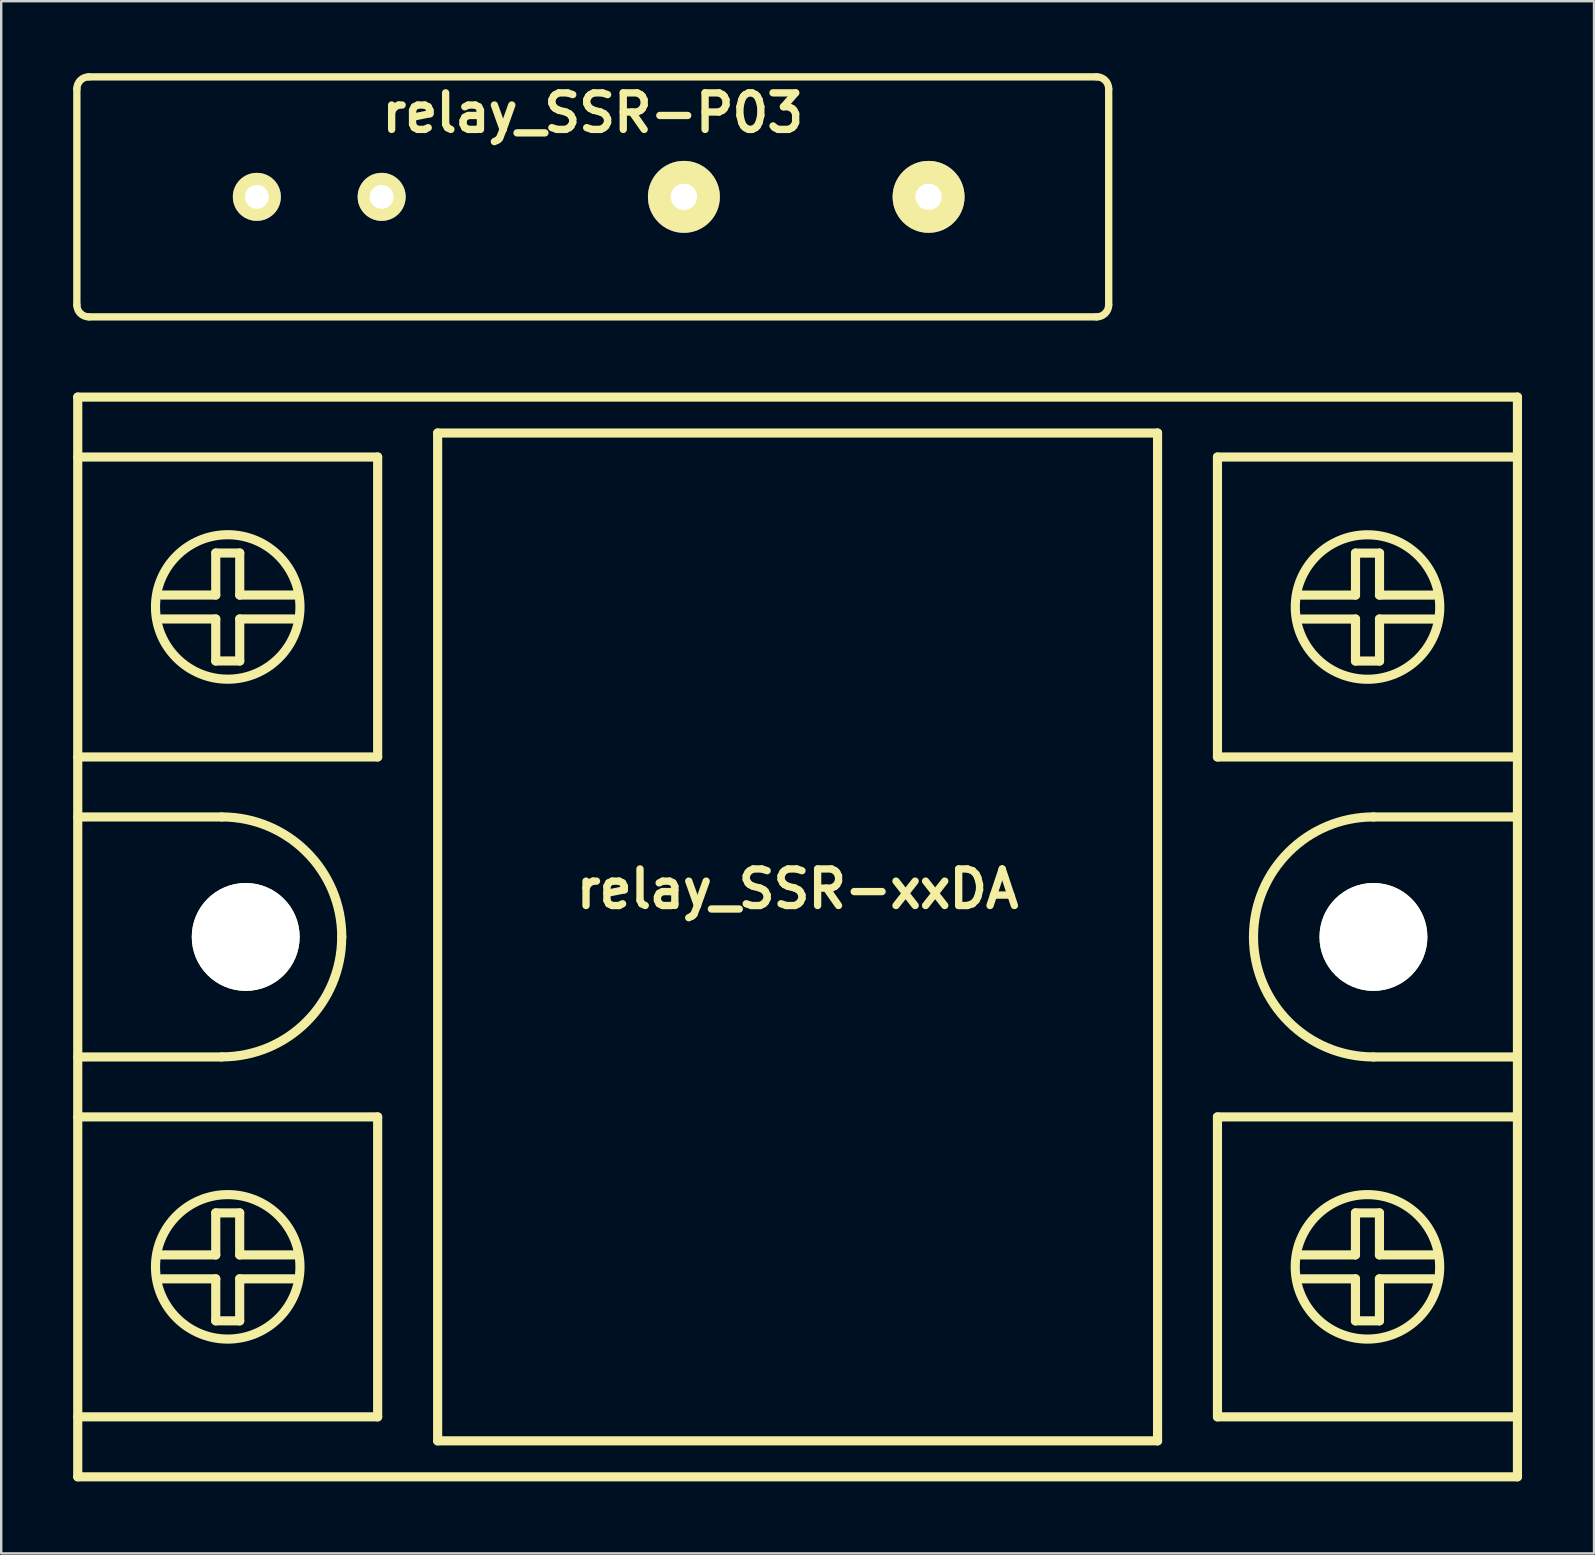
<source format=kicad_pcb>
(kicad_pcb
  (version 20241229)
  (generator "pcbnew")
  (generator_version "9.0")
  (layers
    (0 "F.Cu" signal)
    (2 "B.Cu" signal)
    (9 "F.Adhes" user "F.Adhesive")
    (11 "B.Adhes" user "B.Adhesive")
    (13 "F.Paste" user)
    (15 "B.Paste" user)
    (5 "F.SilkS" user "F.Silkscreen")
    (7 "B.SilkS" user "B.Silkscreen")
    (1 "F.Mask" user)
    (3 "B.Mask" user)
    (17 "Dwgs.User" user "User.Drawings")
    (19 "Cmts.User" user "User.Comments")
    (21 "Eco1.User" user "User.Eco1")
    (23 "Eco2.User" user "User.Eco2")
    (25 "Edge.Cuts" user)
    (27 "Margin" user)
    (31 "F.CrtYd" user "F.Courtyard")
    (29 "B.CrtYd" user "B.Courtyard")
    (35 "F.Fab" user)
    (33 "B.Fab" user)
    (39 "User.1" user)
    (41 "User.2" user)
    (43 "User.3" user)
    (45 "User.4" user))
  (footprint "relay_SSR-P03"
    (layer "F.Cu")
    (at 21.654 5.154)
    (property "Reference" "relay_SSR-P03" (at 0 -3.5 0) (layer "F.SilkS") (effects (font (size 1.524 1.524) (thickness 0.305))))
    (attr through_hole)
    (fp_line (start -21.501 -4.501) (end -21.501 4.501) (stroke (width 0.305) (type solid)) (layer "F.SilkS"))
    (fp_line (start -21.001 5.001) (end 21.001 5.001) (stroke (width 0.305) (type solid)) (layer "F.SilkS"))
    (fp_line (start 21.001 -5.001) (end -21.001 -5.001) (stroke (width 0.305) (type solid)) (layer "F.SilkS"))
    (fp_line (start 21.501 -4.501) (end 21.501 4.501) (stroke (width 0.305) (type solid)) (layer "F.SilkS"))
    (fp_arc (start -21.5011 -4.50088) (mid -21.354542 -4.854702) (end -21.00072 -5.00126) (stroke (width 0.3048) (type solid)) (layer "F.SilkS"))
    (fp_arc (start -21.00072 5.00126) (mid -21.354542 4.854702) (end -21.5011 4.50088) (stroke (width 0.3048) (type solid)) (layer "F.SilkS"))
    (fp_arc (start 21.00072 -5.00126) (mid 21.354542 -4.854702) (end 21.5011 -4.50088) (stroke (width 0.3048) (type solid)) (layer "F.SilkS"))
    (fp_arc (start 21.5011 4.50088) (mid 21.354542 4.854702) (end 21.00072 5.00126) (stroke (width 0.3048) (type solid)) (layer "F.SilkS"))
    (pad "1" thru_hole circle (at 13.995 0) (size 2.997 2.997) (drill 1.1) (layers "*.Cu" "*.Mask" "F.SilkS"))
    (pad "2" thru_hole circle (at 3.797 0) (size 2.997 2.997) (drill 1.1) (layers "*.Cu" "*.Mask" "F.SilkS"))
    (pad "3" thru_hole circle (at -8.799 0) (size 1.999 1.999) (drill 0.996) (layers "*.Cu" "*.Mask" "F.SilkS"))
    (pad "4" thru_hole circle (at -14 0) (size 1.999 1.999) (drill 0.996) (layers "*.Cu" "*.Mask" "F.SilkS")))
  (footprint "relay_SSR-xxDA"
    (layer "F.Cu")
    (at 30.19 35.997)
    (property "Reference" "relay_SSR-xxDA" (at 0 -1.999 0) (layer "F.SilkS") (effects (font (size 1.524 1.524) (thickness 0.305))))
    (attr through_hole)
    (fp_line (start -30 -22.499) (end 30 -22.499) (stroke (width 0.381) (type solid)) (layer "F.SilkS"))
    (fp_line (start -30 -7.501) (end -17.501 -7.501) (stroke (width 0.381) (type solid)) (layer "F.SilkS"))
    (fp_line (start -30 20) (end -17.501 20) (stroke (width 0.381) (type solid)) (layer "F.SilkS"))
    (fp_line (start -30 22.499) (end -30 -22.499) (stroke (width 0.381) (type solid)) (layer "F.SilkS"))
    (fp_line (start -26.5 -14.249) (end -24.249 -14.249) (stroke (width 0.381) (type solid)) (layer "F.SilkS"))
    (fp_line (start -26.5 13.251) (end -24.249 13.251) (stroke (width 0.381) (type solid)) (layer "F.SilkS"))
    (fp_line (start -24.249 -15.999) (end -24.249 -14.249) (stroke (width 0.381) (type solid)) (layer "F.SilkS"))
    (fp_line (start -24.249 -15.999) (end -23.249 -15.999) (stroke (width 0.381) (type solid)) (layer "F.SilkS"))
    (fp_line (start -24.249 -13.251) (end -26.5 -13.251) (stroke (width 0.381) (type solid)) (layer "F.SilkS"))
    (fp_line (start -24.249 -11.501) (end -24.249 -13.251) (stroke (width 0.381) (type solid)) (layer "F.SilkS"))
    (fp_line (start -24.249 -11.501) (end -23.249 -11.501) (stroke (width 0.381) (type solid)) (layer "F.SilkS"))
    (fp_line (start -24.249 11.501) (end -23.251 11.501) (stroke (width 0.381) (type solid)) (layer "F.SilkS"))
    (fp_line (start -24.249 13.251) (end -24.249 11.501) (stroke (width 0.381) (type solid)) (layer "F.SilkS"))
    (fp_line (start -24.249 14.249) (end -26.5 14.249) (stroke (width 0.381) (type solid)) (layer "F.SilkS"))
    (fp_line (start -24.249 15.999) (end -24.249 14.249) (stroke (width 0.381) (type solid)) (layer "F.SilkS"))
    (fp_line (start -24 -5.001) (end -30 -5.001) (stroke (width 0.381) (type solid)) (layer "F.SilkS"))
    (fp_line (start -24 5.001) (end -30 5.001) (stroke (width 0.381) (type solid)) (layer "F.SilkS"))
    (fp_line (start -23.251 -14.249) (end -21.001 -14.249) (stroke (width 0.381) (type solid)) (layer "F.SilkS"))
    (fp_line (start -23.251 13.251) (end -23.251 11.501) (stroke (width 0.381) (type solid)) (layer "F.SilkS"))
    (fp_line (start -23.251 13.251) (end -21.001 13.251) (stroke (width 0.381) (type solid)) (layer "F.SilkS"))
    (fp_line (start -23.251 15.999) (end -24.249 15.999) (stroke (width 0.381) (type solid)) (layer "F.SilkS"))
    (fp_line (start -23.251 15.999) (end -23.251 14.249) (stroke (width 0.381) (type solid)) (layer "F.SilkS"))
    (fp_line (start -23.249 -15.999) (end -23.249 -14.249) (stroke (width 0.381) (type solid)) (layer "F.SilkS"))
    (fp_line (start -23.249 -11.501) (end -23.249 -13.251) (stroke (width 0.381) (type solid)) (layer "F.SilkS"))
    (fp_line (start -21.001 -13.251) (end -23.251 -13.251) (stroke (width 0.381) (type solid)) (layer "F.SilkS"))
    (fp_line (start -21.001 14.249) (end -23.251 14.249) (stroke (width 0.381) (type solid)) (layer "F.SilkS"))
    (fp_line (start -17.501 -20) (end -30 -20) (stroke (width 0.381) (type solid)) (layer "F.SilkS"))
    (fp_line (start -17.501 -7.501) (end -17.501 -20) (stroke (width 0.381) (type solid)) (layer "F.SilkS"))
    (fp_line (start -17.501 7.501) (end -30 7.501) (stroke (width 0.381) (type solid)) (layer "F.SilkS"))
    (fp_line (start -17.501 20) (end -17.501 7.501) (stroke (width 0.381) (type solid)) (layer "F.SilkS"))
    (fp_line (start -15.001 -21.001) (end 15.001 -21.001) (stroke (width 0.381) (type solid)) (layer "F.SilkS"))
    (fp_line (start -15.001 21.001) (end -15.001 -21.001) (stroke (width 0.381) (type solid)) (layer "F.SilkS"))
    (fp_line (start 15.001 -21.001) (end 15.001 21.001) (stroke (width 0.381) (type solid)) (layer "F.SilkS"))
    (fp_line (start 15.001 21.001) (end -15.001 21.001) (stroke (width 0.381) (type solid)) (layer "F.SilkS"))
    (fp_line (start 17.498 -7.501) (end 17.498 -20) (stroke (width 0.381) (type solid)) (layer "F.SilkS"))
    (fp_line (start 17.498 -7.501) (end 29.997 -7.501) (stroke (width 0.381) (type solid)) (layer "F.SilkS"))
    (fp_line (start 17.498 20) (end 17.498 7.501) (stroke (width 0.381) (type solid)) (layer "F.SilkS"))
    (fp_line (start 17.498 20) (end 29.997 20) (stroke (width 0.381) (type solid)) (layer "F.SilkS"))
    (fp_line (start 20.998 13.251) (end 23.249 13.251) (stroke (width 0.381) (type solid)) (layer "F.SilkS"))
    (fp_line (start 21.001 -14.247) (end 23.251 -14.247) (stroke (width 0.381) (type solid)) (layer "F.SilkS"))
    (fp_line (start 23.249 11.501) (end 23.249 13.251) (stroke (width 0.381) (type solid)) (layer "F.SilkS"))
    (fp_line (start 23.249 11.501) (end 24.249 11.501) (stroke (width 0.381) (type solid)) (layer "F.SilkS"))
    (fp_line (start 23.249 14.249) (end 20.998 14.249) (stroke (width 0.381) (type solid)) (layer "F.SilkS"))
    (fp_line (start 23.249 15.999) (end 23.249 14.249) (stroke (width 0.381) (type solid)) (layer "F.SilkS"))
    (fp_line (start 23.249 15.999) (end 24.249 15.999) (stroke (width 0.381) (type solid)) (layer "F.SilkS"))
    (fp_line (start 23.251 -15.997) (end 23.251 -14.247) (stroke (width 0.381) (type solid)) (layer "F.SilkS"))
    (fp_line (start 23.251 -15.997) (end 24.252 -15.997) (stroke (width 0.381) (type solid)) (layer "F.SilkS"))
    (fp_line (start 23.251 -13.249) (end 21.001 -13.249) (stroke (width 0.381) (type solid)) (layer "F.SilkS"))
    (fp_line (start 23.251 -11.499) (end 23.251 -13.249) (stroke (width 0.381) (type solid)) (layer "F.SilkS"))
    (fp_line (start 23.251 -11.499) (end 24.252 -11.499) (stroke (width 0.381) (type solid)) (layer "F.SilkS"))
    (fp_line (start 24 -5.001) (end 30 -5.001) (stroke (width 0.381) (type solid)) (layer "F.SilkS"))
    (fp_line (start 24 5.001) (end 30 5.001) (stroke (width 0.381) (type solid)) (layer "F.SilkS"))
    (fp_line (start 24.247 13.251) (end 26.497 13.251) (stroke (width 0.381) (type solid)) (layer "F.SilkS"))
    (fp_line (start 24.249 -14.247) (end 26.5 -14.247) (stroke (width 0.381) (type solid)) (layer "F.SilkS"))
    (fp_line (start 24.249 11.501) (end 24.249 13.251) (stroke (width 0.381) (type solid)) (layer "F.SilkS"))
    (fp_line (start 24.249 15.999) (end 24.249 14.249) (stroke (width 0.381) (type solid)) (layer "F.SilkS"))
    (fp_line (start 24.252 -15.997) (end 24.252 -14.247) (stroke (width 0.381) (type solid)) (layer "F.SilkS"))
    (fp_line (start 24.252 -11.499) (end 24.252 -13.249) (stroke (width 0.381) (type solid)) (layer "F.SilkS"))
    (fp_line (start 26.497 14.249) (end 24.247 14.249) (stroke (width 0.381) (type solid)) (layer "F.SilkS"))
    (fp_line (start 26.5 -13.249) (end 24.249 -13.249) (stroke (width 0.381) (type solid)) (layer "F.SilkS"))
    (fp_line (start 29.997 -20) (end 17.498 -20) (stroke (width 0.381) (type solid)) (layer "F.SilkS"))
    (fp_line (start 29.997 7.501) (end 17.498 7.501) (stroke (width 0.381) (type solid)) (layer "F.SilkS"))
    (fp_line (start 30 -22.499) (end 30 22.499) (stroke (width 0.381) (type solid)) (layer "F.SilkS"))
    (fp_line (start 30 22.499) (end -30 22.499) (stroke (width 0.381) (type solid)) (layer "F.SilkS"))
    (fp_arc (start -23.99792 -5.00126) (mid -20.461495 -3.536425) (end -18.99666 0) (stroke (width 0.381) (type solid)) (layer "F.SilkS"))
    (fp_arc (start -18.9992 0) (mid -20.463291 3.534629) (end -23.99792 4.99872) (stroke (width 0.381) (type solid)) (layer "F.SilkS"))
    (fp_arc (start 18.9992 0) (mid 20.464035 -3.536425) (end 24.00046 -5.00126) (stroke (width 0.381) (type solid)) (layer "F.SilkS"))
    (fp_arc (start 24.00046 5.00126) (mid 20.464035 3.536425) (end 18.9992 0) (stroke (width 0.381) (type solid)) (layer "F.SilkS"))
    (fp_circle (center -23.749 -13.752) (end -26.749 -13.503) (stroke (width 0.381) (type solid)) (fill no) (layer "F.SilkS"))
    (fp_circle (center -23.749 13.749) (end -26.749 13.998) (stroke (width 0.381) (type solid)) (fill no) (layer "F.SilkS"))
    (fp_circle (center 23.749 13.749) (end 20.749 13.998) (stroke (width 0.381) (type solid)) (fill no) (layer "F.SilkS"))
    (fp_circle (center 23.752 -13.749) (end 20.752 -13.5) (stroke (width 0.381) (type solid)) (fill no) (layer "F.SilkS"))
    (pad "" np_thru_hole circle (at -23 0) (size 4.496 4.496) (drill 4.496) (layers "*.Cu" "*.Mask" "F.SilkS"))
    (pad "" np_thru_hole circle (at 23.998 0) (size 4.496 4.496) (drill 4.496) (layers "*.Cu" "*.Mask" "F.SilkS")))
  (gr_rect
    (start -3 -3)
    (end 63.381 61.687)
    (stroke (width 0.1) (type default))
    (fill no)
    (layer "Edge.Cuts")))
</source>
